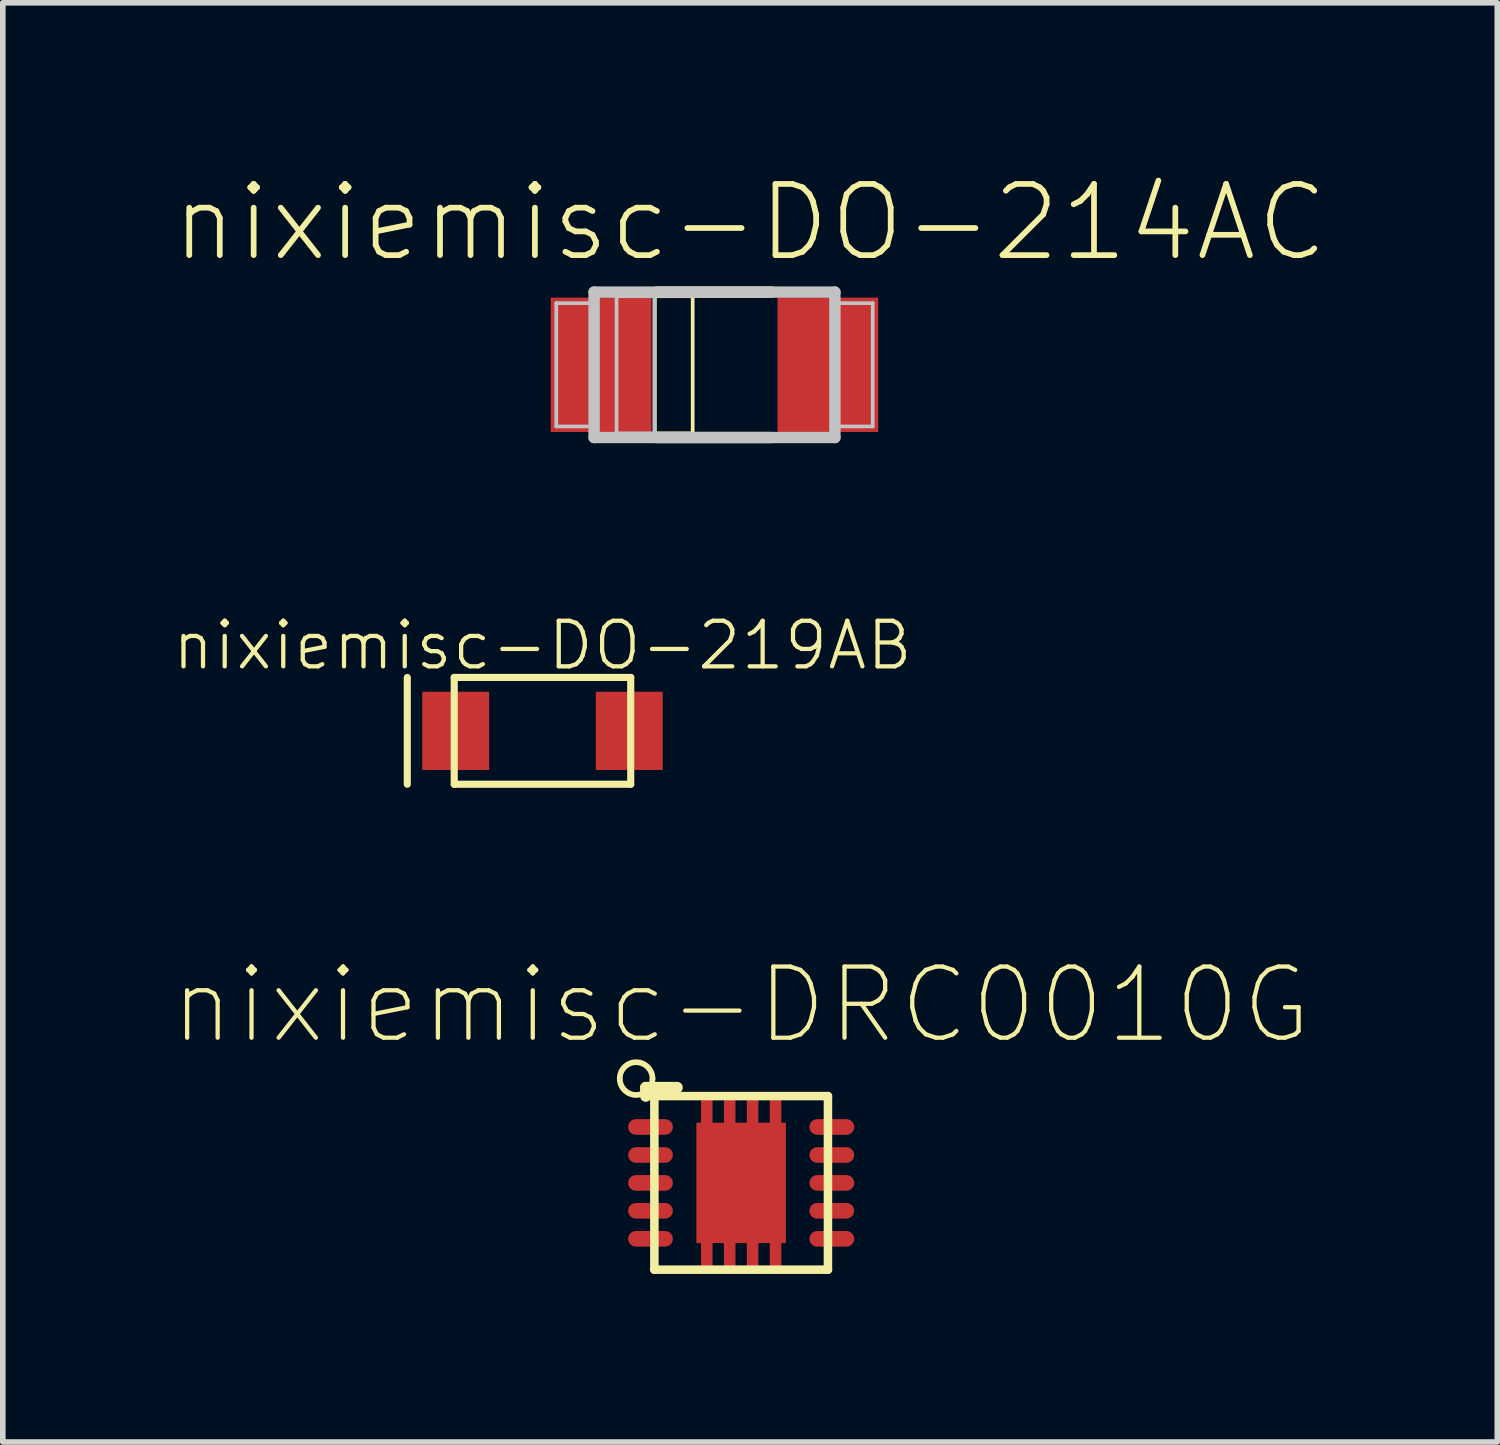
<source format=kicad_pcb>
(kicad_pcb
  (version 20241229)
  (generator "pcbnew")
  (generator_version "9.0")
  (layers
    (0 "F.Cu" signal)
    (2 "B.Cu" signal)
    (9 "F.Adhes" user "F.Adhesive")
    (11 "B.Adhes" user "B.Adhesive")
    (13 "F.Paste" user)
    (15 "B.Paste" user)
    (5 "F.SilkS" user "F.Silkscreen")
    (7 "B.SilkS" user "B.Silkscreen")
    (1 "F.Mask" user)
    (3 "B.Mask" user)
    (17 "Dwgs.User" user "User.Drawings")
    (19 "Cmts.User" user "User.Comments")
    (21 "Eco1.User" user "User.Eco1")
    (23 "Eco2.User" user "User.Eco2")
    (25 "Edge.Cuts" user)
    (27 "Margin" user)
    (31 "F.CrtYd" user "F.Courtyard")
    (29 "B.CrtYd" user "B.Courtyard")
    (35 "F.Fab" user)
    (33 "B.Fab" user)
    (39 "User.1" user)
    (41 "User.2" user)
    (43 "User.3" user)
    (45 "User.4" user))
  (footprint "nixiemisc-DO-214AC"
    (layer "F.Cu")
    (at 9.702 3.461)
    (property "Reference" "nixiemisc-DO-214AC" (at 0.635 -2.54 0) (layer "F.SilkS") (effects (font (size 1.27 1.27) (thickness 0.102))))
    (attr smd)
    (fp_line (start -1.064 -1.224) (end -0.389 -1.224) (stroke (width 0.066) (type solid)) (layer "F.SilkS"))
    (fp_line (start -1.064 1.224) (end -1.064 -1.224) (stroke (width 0.066) (type solid)) (layer "F.SilkS"))
    (fp_line (start -1.064 1.224) (end -0.389 1.224) (stroke (width 0.066) (type solid)) (layer "F.SilkS"))
    (fp_line (start -1.034 -1.298) (end 1.024 -1.298) (stroke (width 0.203) (type solid)) (layer "F.SilkS"))
    (fp_line (start -0.389 1.224) (end -0.389 -1.224) (stroke (width 0.066) (type solid)) (layer "F.SilkS"))
    (fp_line (start 1.024 1.298) (end -1.034 1.298) (stroke (width 0.203) (type solid)) (layer "F.SilkS"))
    (fp_line (start -2.824 -1.1) (end -2.174 -1.1) (stroke (width 0.066) (type solid)) (layer "Dwgs.User"))
    (fp_line (start -2.824 1.1) (end -2.824 -1.1) (stroke (width 0.066) (type solid)) (layer "Dwgs.User"))
    (fp_line (start -2.824 1.1) (end -2.174 1.1) (stroke (width 0.066) (type solid)) (layer "Dwgs.User"))
    (fp_line (start -2.174 1.1) (end -2.174 -1.1) (stroke (width 0.066) (type solid)) (layer "Dwgs.User"))
    (fp_line (start -2.149 -1.298) (end 2.149 -1.298) (stroke (width 0.203) (type solid)) (layer "Dwgs.User"))
    (fp_line (start -2.149 1.298) (end -2.149 -1.298) (stroke (width 0.203) (type solid)) (layer "Dwgs.User"))
    (fp_line (start -1.748 -1.224) (end -1.074 -1.224) (stroke (width 0.066) (type solid)) (layer "Dwgs.User"))
    (fp_line (start -1.748 1.224) (end -1.748 -1.224) (stroke (width 0.066) (type solid)) (layer "Dwgs.User"))
    (fp_line (start -1.748 1.224) (end -1.074 1.224) (stroke (width 0.066) (type solid)) (layer "Dwgs.User"))
    (fp_line (start -1.074 1.224) (end -1.074 -1.224) (stroke (width 0.066) (type solid)) (layer "Dwgs.User"))
    (fp_line (start 2.149 -1.298) (end 2.149 1.298) (stroke (width 0.203) (type solid)) (layer "Dwgs.User"))
    (fp_line (start 2.149 1.298) (end -2.149 1.298) (stroke (width 0.203) (type solid)) (layer "Dwgs.User"))
    (fp_line (start 2.174 -1.1) (end 2.174 1.1) (stroke (width 0.066) (type solid)) (layer "Dwgs.User"))
    (fp_line (start 2.824 -1.1) (end 2.174 -1.1) (stroke (width 0.066) (type solid)) (layer "Dwgs.User"))
    (fp_line (start 2.824 -1.1) (end 2.824 1.1) (stroke (width 0.066) (type solid)) (layer "Dwgs.User"))
    (fp_line (start 2.824 1.1) (end 2.174 1.1) (stroke (width 0.066) (type solid)) (layer "Dwgs.User"))
    (pad "A" smd rect (at 2.024 0 180) (size 1.798 2.398) (layers "F.Cu" "F.Mask" "F.Paste"))
    (pad "C" smd rect (at -2.024 0) (size 1.798 2.398) (layers "F.Cu" "F.Mask" "F.Paste")))
  (footprint "nixiemisc-DRC0010G"
    (layer "F.Cu")
    (at 10.178 18.062)
    (property "Reference" "nixiemisc-DRC0010G" (at 0 -3.175 0) (layer "F.SilkS") (effects (font (size 1.27 1.27) (thickness 0.076))))
    (attr smd)
    (fp_poly (pts (xy -0.523 -1.499) (xy -0.704 -1.499) (xy -0.704 -1.049) (xy -0.523 -1.049) (xy -0.523 -1.499)) (stroke (width 0.025) (type solid)) (fill yes) (layer "F.Cu"))
    (fp_poly (pts (xy -0.523 1.049) (xy -0.704 1.049) (xy -0.704 1.499) (xy -0.523 1.499) (xy -0.523 1.049)) (stroke (width 0.025) (type solid)) (fill yes) (layer "F.Cu"))
    (fp_poly (pts (xy -0.114 -1.499) (xy -0.295 -1.499) (xy -0.295 -1.049) (xy -0.114 -1.049) (xy -0.114 -1.499)) (stroke (width 0.025) (type solid)) (fill yes) (layer "F.Cu"))
    (fp_poly (pts (xy -0.114 1.049) (xy -0.295 1.049) (xy -0.295 1.499) (xy -0.114 1.499) (xy -0.114 1.049)) (stroke (width 0.025) (type solid)) (fill yes) (layer "F.Cu"))
    (fp_poly (pts (xy 0.295 -1.499) (xy 0.114 -1.499) (xy 0.114 -1.049) (xy 0.295 -1.049) (xy 0.295 -1.499)) (stroke (width 0.025) (type solid)) (fill yes) (layer "F.Cu"))
    (fp_poly (pts (xy 0.295 1.049) (xy 0.114 1.049) (xy 0.114 1.499) (xy 0.295 1.499) (xy 0.295 1.049)) (stroke (width 0.025) (type solid)) (fill yes) (layer "F.Cu"))
    (fp_poly (pts (xy 0.704 -1.499) (xy 0.523 -1.499) (xy 0.523 -1.049) (xy 0.704 -1.049) (xy 0.704 -1.499)) (stroke (width 0.025) (type solid)) (fill yes) (layer "F.Cu"))
    (fp_poly (pts (xy 0.704 1.049) (xy 0.523 1.049) (xy 0.523 1.499) (xy 0.704 1.499) (xy 0.704 1.049)) (stroke (width 0.025) (type solid)) (fill yes) (layer "F.Cu"))
    (fp_poly (pts (xy -0.523 -1.499) (xy -0.704 -1.499) (xy -0.704 -1.049) (xy -0.523 -1.049) (xy -0.523 -1.499)) (stroke (width 0.025) (type solid)) (fill yes) (layer "F.Mask"))
    (fp_poly (pts (xy -0.523 1.049) (xy -0.704 1.049) (xy -0.704 1.499) (xy -0.523 1.499) (xy -0.523 1.049)) (stroke (width 0.025) (type solid)) (fill yes) (layer "F.Mask"))
    (fp_poly (pts (xy -0.114 -1.499) (xy -0.295 -1.499) (xy -0.295 -1.049) (xy -0.114 -1.049) (xy -0.114 -1.499)) (stroke (width 0.025) (type solid)) (fill yes) (layer "F.Mask"))
    (fp_poly (pts (xy -0.114 1.049) (xy -0.295 1.049) (xy -0.295 1.499) (xy -0.114 1.499) (xy -0.114 1.049)) (stroke (width 0.025) (type solid)) (fill yes) (layer "F.Mask"))
    (fp_poly (pts (xy 0.295 -1.499) (xy 0.114 -1.499) (xy 0.114 -1.049) (xy 0.295 -1.049) (xy 0.295 -1.499)) (stroke (width 0.025) (type solid)) (fill yes) (layer "F.Mask"))
    (fp_poly (pts (xy 0.295 1.049) (xy 0.114 1.049) (xy 0.114 1.499) (xy 0.295 1.499) (xy 0.295 1.049)) (stroke (width 0.025) (type solid)) (fill yes) (layer "F.Mask"))
    (fp_poly (pts (xy 0.704 -1.499) (xy 0.523 -1.499) (xy 0.523 -1.049) (xy 0.704 -1.049) (xy 0.704 -1.499)) (stroke (width 0.025) (type solid)) (fill yes) (layer "F.Mask"))
    (fp_poly (pts (xy 0.704 1.049) (xy 0.523 1.049) (xy 0.523 1.499) (xy 0.704 1.499) (xy 0.704 1.049)) (stroke (width 0.025) (type solid)) (fill yes) (layer "F.Mask"))
    (fp_line (start -1.702 -1.702) (end -1.143 -1.702) (stroke (width 0.203) (type solid)) (layer "F.SilkS"))
    (fp_line (start -1.702 -1.549) (end -1.702 -1.702) (stroke (width 0.203) (type solid)) (layer "F.SilkS"))
    (fp_line (start -1.549 -1.549) (end 1.549 -1.549) (stroke (width 0.152) (type solid)) (layer "F.SilkS"))
    (fp_line (start -1.549 1.549) (end -1.549 -1.549) (stroke (width 0.152) (type solid)) (layer "F.SilkS"))
    (fp_line (start -1.549 1.549) (end 1.549 1.549) (stroke (width 0.152) (type solid)) (layer "F.SilkS"))
    (fp_line (start 1.549 1.549) (end 1.549 -1.549) (stroke (width 0.152) (type solid)) (layer "F.SilkS"))
    (fp_arc (start -2.16662 -1.86182) (mid -1.87452 -2.15392) (end -1.58242 -1.86182) (stroke (width 0.1016) (type solid)) (layer "F.SilkS"))
    (fp_arc (start -1.58242 -1.86182) (mid -1.87452 -1.56972) (end -2.16662 -1.86182) (stroke (width 0.1016) (type solid)) (layer "F.SilkS"))
    (fp_poly (pts (xy -0.688 1.039) (xy 0.676 1.039) (xy 0.676 0.099) (xy -0.688 0.099) (xy -0.688 1.039)) (stroke (width 0.025) (type solid)) (fill yes) (layer "F.Paste"))
    (fp_poly (pts (xy -0.683 -0.099) (xy 0.681 -0.099) (xy 0.681 -1.039) (xy -0.683 -1.039) (xy -0.683 -0.099)) (stroke (width 0.025) (type solid)) (fill yes) (layer "F.Paste"))
    (fp_poly (pts (xy -0.523 -1.499) (xy -0.704 -1.499) (xy -0.704 -1.049) (xy -0.523 -1.049) (xy -0.523 -1.499)) (stroke (width 0.025) (type solid)) (fill yes) (layer "F.Paste"))
    (fp_poly (pts (xy -0.523 1.049) (xy -0.704 1.049) (xy -0.704 1.499) (xy -0.523 1.499) (xy -0.523 1.049)) (stroke (width 0.025) (type solid)) (fill yes) (layer "F.Paste"))
    (fp_poly (pts (xy -0.114 -1.499) (xy -0.295 -1.499) (xy -0.295 -1.049) (xy -0.114 -1.049) (xy -0.114 -1.499)) (stroke (width 0.025) (type solid)) (fill yes) (layer "F.Paste"))
    (fp_poly (pts (xy -0.114 1.049) (xy -0.295 1.049) (xy -0.295 1.499) (xy -0.114 1.499) (xy -0.114 1.049)) (stroke (width 0.025) (type solid)) (fill yes) (layer "F.Paste"))
    (fp_poly (pts (xy 0.295 -1.499) (xy 0.114 -1.499) (xy 0.114 -1.049) (xy 0.295 -1.049) (xy 0.295 -1.499)) (stroke (width 0.025) (type solid)) (fill yes) (layer "F.Paste"))
    (fp_poly (pts (xy 0.295 1.049) (xy 0.114 1.049) (xy 0.114 1.499) (xy 0.295 1.499) (xy 0.295 1.049)) (stroke (width 0.025) (type solid)) (fill yes) (layer "F.Paste"))
    (fp_poly (pts (xy 0.704 -1.499) (xy 0.523 -1.499) (xy 0.523 -1.049) (xy 0.704 -1.049) (xy 0.704 -1.499)) (stroke (width 0.025) (type solid)) (fill yes) (layer "F.Paste"))
    (fp_poly (pts (xy 0.704 1.049) (xy 0.523 1.049) (xy 0.523 1.499) (xy 0.704 1.499) (xy 0.704 1.049)) (stroke (width 0.025) (type solid)) (fill yes) (layer "F.Paste"))
    (pad "1" smd oval (at -1.618 -0.998 180) (size 0.798 0.279) (layers "F.Cu" "F.Mask" "F.Paste"))
    (pad "2" smd oval (at -1.618 -0.498 180) (size 0.798 0.279) (layers "F.Cu" "F.Mask" "F.Paste"))
    (pad "3" smd oval (at -1.618 0 180) (size 0.798 0.279) (layers "F.Cu" "F.Mask" "F.Paste"))
    (pad "4" smd oval (at -1.618 0.498 180) (size 0.798 0.279) (layers "F.Cu" "F.Mask" "F.Paste"))
    (pad "5" smd oval (at -1.618 0.998 180) (size 0.798 0.279) (layers "F.Cu" "F.Mask" "F.Paste"))
    (pad "6" smd oval (at 1.618 0.998 180) (size 0.798 0.279) (layers "F.Cu" "F.Mask" "F.Paste"))
    (pad "7" smd oval (at 1.618 0.498 180) (size 0.798 0.279) (layers "F.Cu" "F.Mask" "F.Paste"))
    (pad "8" smd oval (at 1.618 0 180) (size 0.798 0.279) (layers "F.Cu" "F.Mask" "F.Paste"))
    (pad "9" smd oval (at 1.618 -0.498 180) (size 0.798 0.279) (layers "F.Cu" "F.Mask" "F.Paste"))
    (pad "10" smd oval (at 1.618 -0.998 180) (size 0.798 0.279) (layers "F.Cu" "F.Mask" "F.Paste"))
    (pad "11" smd rect (at 0 0) (size 1.598 2.149) (layers "F.Cu" "F.Mask" "F.Paste")))
  (footprint "nixiemisc-DO-219AB"
    (layer "F.Cu")
    (at 6.632 9.994)
    (property "Reference" "nixiemisc-DO-219AB" (at 0 -1.524 0) (layer "F.SilkS") (effects (font (size 0.813 0.813) (thickness 0.076))))
    (attr smd)
    (fp_line (start -2.413 -0.953) (end -2.413 0.953) (stroke (width 0.127) (type solid)) (layer "F.SilkS"))
    (fp_line (start -1.575 -0.953) (end 1.575 -0.953) (stroke (width 0.127) (type solid)) (layer "F.SilkS"))
    (fp_line (start -1.575 0.953) (end -1.575 -0.953) (stroke (width 0.127) (type solid)) (layer "F.SilkS"))
    (fp_line (start 1.575 -0.953) (end 1.575 0.953) (stroke (width 0.127) (type solid)) (layer "F.SilkS"))
    (fp_line (start 1.575 0.953) (end -1.575 0.953) (stroke (width 0.127) (type solid)) (layer "F.SilkS"))
    (pad "A" smd rect (at 1.549 0 180) (size 1.194 1.397) (layers "F.Cu" "F.Mask" "F.Paste"))
    (pad "C" smd rect (at -1.549 0) (size 1.194 1.397) (layers "F.Cu" "F.Mask" "F.Paste")))
  (gr_rect
    (start -3 -3)
    (end 23.673 22.687)
    (stroke (width 0.1) (type default))
    (fill no)
    (layer "Edge.Cuts")))
</source>
